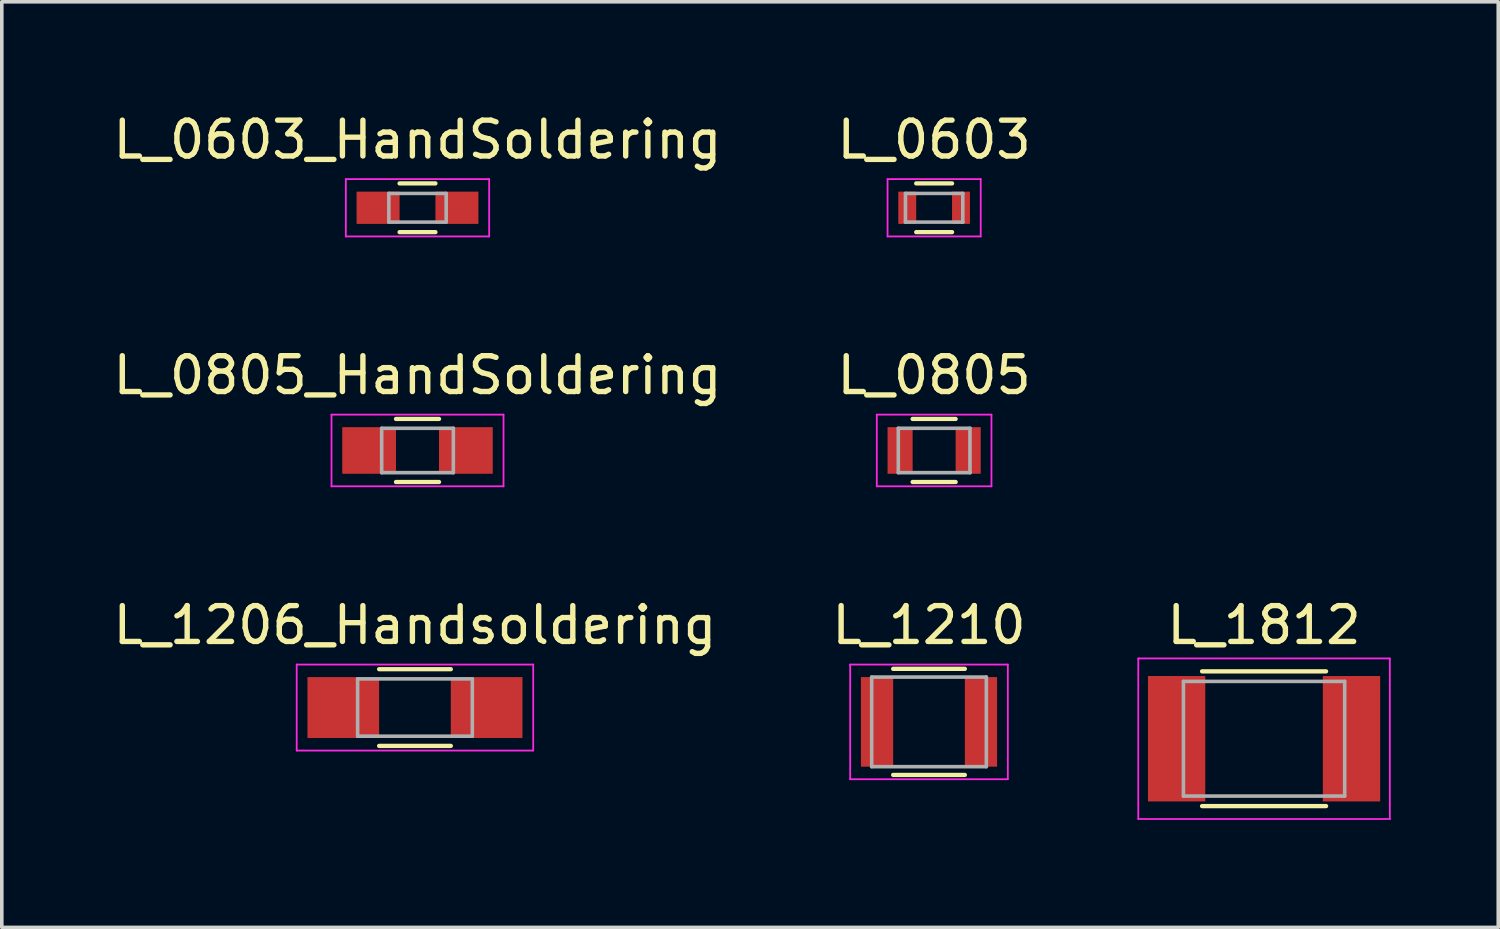
<source format=kicad_pcb>
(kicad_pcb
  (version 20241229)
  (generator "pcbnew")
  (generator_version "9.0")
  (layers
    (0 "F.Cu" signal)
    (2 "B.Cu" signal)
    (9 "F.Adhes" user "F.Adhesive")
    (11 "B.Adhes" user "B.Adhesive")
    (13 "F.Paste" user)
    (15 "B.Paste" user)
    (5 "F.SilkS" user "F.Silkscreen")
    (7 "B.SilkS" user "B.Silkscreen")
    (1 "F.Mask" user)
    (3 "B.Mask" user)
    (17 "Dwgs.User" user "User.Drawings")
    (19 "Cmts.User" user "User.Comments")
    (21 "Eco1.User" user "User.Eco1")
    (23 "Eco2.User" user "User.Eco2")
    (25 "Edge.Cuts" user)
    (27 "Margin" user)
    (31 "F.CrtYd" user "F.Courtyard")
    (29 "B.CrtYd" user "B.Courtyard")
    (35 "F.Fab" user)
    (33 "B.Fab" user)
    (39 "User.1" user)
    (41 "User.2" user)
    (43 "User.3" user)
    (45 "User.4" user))
  (footprint "L_0603_HandSoldering"
    (layer "F.Cu")
    (at 8.601 2.748)
    (property "Reference" "L_0603_HandSoldering" (at 0 -1.9 0) (layer "F.SilkS") (effects (font (size 1 1) (thickness 0.15))))
    (attr smd)
    (fp_line (start -0.5 -0.68) (end 0.5 -0.68) (stroke (width 0.12) (type solid)) (layer "F.SilkS"))
    (fp_line (start 0.5 0.68) (end -0.5 0.68) (stroke (width 0.12) (type solid)) (layer "F.SilkS"))
    (fp_line (start -2 -0.8) (end -2 0.8) (stroke (width 0.05) (type solid)) (layer "F.CrtYd"))
    (fp_line (start -2 -0.8) (end 2 -0.8) (stroke (width 0.05) (type solid)) (layer "F.CrtYd"))
    (fp_line (start -2 0.8) (end 2 0.8) (stroke (width 0.05) (type solid)) (layer "F.CrtYd"))
    (fp_line (start 2 -0.8) (end 2 0.8) (stroke (width 0.05) (type solid)) (layer "F.CrtYd"))
    (fp_line (start -0.8 -0.4) (end 0.8 -0.4) (stroke (width 0.1) (type solid)) (layer "F.Fab"))
    (fp_line (start -0.8 0.4) (end -0.8 -0.4) (stroke (width 0.1) (type solid)) (layer "F.Fab"))
    (fp_line (start 0.8 -0.4) (end 0.8 0.4) (stroke (width 0.1) (type solid)) (layer "F.Fab"))
    (fp_line (start 0.8 0.4) (end -0.8 0.4) (stroke (width 0.1) (type solid)) (layer "F.Fab"))
    (pad "1" smd rect (at -1.1 0) (size 1.2 0.9) (layers "F.Cu" "F.Mask" "F.Paste"))
    (pad "2" smd rect (at 1.1 0) (size 1.2 0.9) (layers "F.Cu" "F.Mask" "F.Paste")))
  (footprint "L_0805_HandSoldering"
    (layer "F.Cu")
    (at 8.601 9.521)
    (property "Reference" "L_0805_HandSoldering" (at 0 -2.1 0) (layer "F.SilkS") (effects (font (size 1 1) (thickness 0.15))))
    (attr smd)
    (fp_line (start -0.6 -0.88) (end 0.6 -0.88) (stroke (width 0.12) (type solid)) (layer "F.SilkS"))
    (fp_line (start 0.6 0.88) (end -0.6 0.88) (stroke (width 0.12) (type solid)) (layer "F.SilkS"))
    (fp_line (start -2.4 -1) (end -2.4 1) (stroke (width 0.05) (type solid)) (layer "F.CrtYd"))
    (fp_line (start -2.4 -1) (end 2.4 -1) (stroke (width 0.05) (type solid)) (layer "F.CrtYd"))
    (fp_line (start -2.4 1) (end 2.4 1) (stroke (width 0.05) (type solid)) (layer "F.CrtYd"))
    (fp_line (start 2.4 -1) (end 2.4 1) (stroke (width 0.05) (type solid)) (layer "F.CrtYd"))
    (fp_line (start -1 -0.62) (end 1 -0.62) (stroke (width 0.1) (type solid)) (layer "F.Fab"))
    (fp_line (start -1 0.62) (end -1 -0.62) (stroke (width 0.1) (type solid)) (layer "F.Fab"))
    (fp_line (start 1 -0.62) (end 1 0.62) (stroke (width 0.1) (type solid)) (layer "F.Fab"))
    (fp_line (start 1 0.62) (end -1 0.62) (stroke (width 0.1) (type solid)) (layer "F.Fab"))
    (pad "1" smd rect (at -1.35 0) (size 1.5 1.3) (layers "F.Cu" "F.Mask" "F.Paste"))
    (pad "2" smd rect (at 1.35 0) (size 1.5 1.3) (layers "F.Cu" "F.Mask" "F.Paste")))
  (footprint "L_0603"
    (layer "F.Cu")
    (at 23.018 2.748)
    (property "Reference" "L_0603" (at 0 -1.9 0) (layer "F.SilkS") (effects (font (size 1 1) (thickness 0.15))))
    (attr smd)
    (fp_line (start -0.5 -0.68) (end 0.5 -0.68) (stroke (width 0.12) (type solid)) (layer "F.SilkS"))
    (fp_line (start 0.5 0.68) (end -0.5 0.68) (stroke (width 0.12) (type solid)) (layer "F.SilkS"))
    (fp_line (start -1.3 -0.8) (end -1.3 0.8) (stroke (width 0.05) (type solid)) (layer "F.CrtYd"))
    (fp_line (start -1.3 -0.8) (end 1.3 -0.8) (stroke (width 0.05) (type solid)) (layer "F.CrtYd"))
    (fp_line (start -1.3 0.8) (end 1.3 0.8) (stroke (width 0.05) (type solid)) (layer "F.CrtYd"))
    (fp_line (start 1.3 -0.8) (end 1.3 0.8) (stroke (width 0.05) (type solid)) (layer "F.CrtYd"))
    (fp_line (start -0.8 -0.4) (end 0.8 -0.4) (stroke (width 0.1) (type solid)) (layer "F.Fab"))
    (fp_line (start -0.8 0.4) (end -0.8 -0.4) (stroke (width 0.1) (type solid)) (layer "F.Fab"))
    (fp_line (start 0.8 -0.4) (end 0.8 0.4) (stroke (width 0.1) (type solid)) (layer "F.Fab"))
    (fp_line (start 0.8 0.4) (end -0.8 0.4) (stroke (width 0.1) (type solid)) (layer "F.Fab"))
    (pad "1" smd rect (at -0.75 0) (size 0.5 0.9) (layers "F.Cu" "F.Mask" "F.Paste"))
    (pad "2" smd rect (at 0.75 0) (size 0.5 0.9) (layers "F.Cu" "F.Mask" "F.Paste")))
  (footprint "L_1812"
    (layer "F.Cu")
    (at 32.225 17.565)
    (property "Reference" "L_1812" (at 0 -3.17 0) (layer "F.SilkS") (effects (font (size 1 1) (thickness 0.15))))
    (attr smd)
    (fp_line (start -1.73 -1.88) (end 1.73 -1.88) (stroke (width 0.12) (type solid)) (layer "F.SilkS"))
    (fp_line (start -1.73 1.88) (end 1.73 1.88) (stroke (width 0.12) (type solid)) (layer "F.SilkS"))
    (fp_line (start -3.51 -2.24) (end 3.51 -2.24) (stroke (width 0.05) (type solid)) (layer "F.CrtYd"))
    (fp_line (start -3.51 2.24) (end -3.51 -2.24) (stroke (width 0.05) (type solid)) (layer "F.CrtYd"))
    (fp_line (start 3.51 -2.24) (end 3.51 2.24) (stroke (width 0.05) (type solid)) (layer "F.CrtYd"))
    (fp_line (start 3.51 2.24) (end -3.51 2.24) (stroke (width 0.05) (type solid)) (layer "F.CrtYd"))
    (fp_line (start -2.25 -1.6) (end 2.25 -1.6) (stroke (width 0.1) (type solid)) (layer "F.Fab"))
    (fp_line (start -2.25 1.6) (end -2.25 -1.6) (stroke (width 0.1) (type solid)) (layer "F.Fab"))
    (fp_line (start 2.25 -1.6) (end 2.25 1.6) (stroke (width 0.1) (type solid)) (layer "F.Fab"))
    (fp_line (start 2.25 1.6) (end -2.25 1.6) (stroke (width 0.1) (type solid)) (layer "F.Fab"))
    (pad "1" smd rect (at -2.44 0) (size 1.6 3.5) (layers "F.Cu" "F.Mask" "F.Paste"))
    (pad "2" smd rect (at 2.44 0) (size 1.6 3.5) (layers "F.Cu" "F.Mask" "F.Paste")))
  (footprint "L_0805"
    (layer "F.Cu")
    (at 23.018 9.521)
    (property "Reference" "L_0805" (at 0 -2.1 0) (layer "F.SilkS") (effects (font (size 1 1) (thickness 0.15))))
    (attr smd)
    (fp_line (start -0.6 -0.88) (end 0.6 -0.88) (stroke (width 0.12) (type solid)) (layer "F.SilkS"))
    (fp_line (start 0.6 0.88) (end -0.6 0.88) (stroke (width 0.12) (type solid)) (layer "F.SilkS"))
    (fp_line (start -1.6 -1) (end -1.6 1) (stroke (width 0.05) (type solid)) (layer "F.CrtYd"))
    (fp_line (start -1.6 -1) (end 1.6 -1) (stroke (width 0.05) (type solid)) (layer "F.CrtYd"))
    (fp_line (start -1.6 1) (end 1.6 1) (stroke (width 0.05) (type solid)) (layer "F.CrtYd"))
    (fp_line (start 1.6 -1) (end 1.6 1) (stroke (width 0.05) (type solid)) (layer "F.CrtYd"))
    (fp_line (start -1 -0.62) (end 1 -0.62) (stroke (width 0.1) (type solid)) (layer "F.Fab"))
    (fp_line (start -1 0.62) (end -1 -0.62) (stroke (width 0.1) (type solid)) (layer "F.Fab"))
    (fp_line (start 1 -0.62) (end 1 0.62) (stroke (width 0.1) (type solid)) (layer "F.Fab"))
    (fp_line (start 1 0.62) (end -1 0.62) (stroke (width 0.1) (type solid)) (layer "F.Fab"))
    (pad "1" smd rect (at -0.95 0) (size 0.7 1.3) (layers "F.Cu" "F.Mask" "F.Paste"))
    (pad "2" smd rect (at 0.95 0) (size 0.7 1.3) (layers "F.Cu" "F.Mask" "F.Paste")))
  (footprint "L_1206_Handsoldering"
    (layer "F.Cu")
    (at 8.53 16.695)
    (property "Reference" "L_1206_Handsoldering" (at 0 -2.3 0) (layer "F.SilkS") (effects (font (size 1 1) (thickness 0.15))))
    (attr smd)
    (fp_line (start -1 -1.07) (end 1 -1.07) (stroke (width 0.12) (type solid)) (layer "F.SilkS"))
    (fp_line (start 1 1.07) (end -1 1.07) (stroke (width 0.12) (type solid)) (layer "F.SilkS"))
    (fp_line (start -3.3 -1.2) (end -3.3 1.2) (stroke (width 0.05) (type solid)) (layer "F.CrtYd"))
    (fp_line (start -3.3 -1.2) (end 3.3 -1.2) (stroke (width 0.05) (type solid)) (layer "F.CrtYd"))
    (fp_line (start -3.3 1.2) (end 3.3 1.2) (stroke (width 0.05) (type solid)) (layer "F.CrtYd"))
    (fp_line (start 3.3 -1.2) (end 3.3 1.2) (stroke (width 0.05) (type solid)) (layer "F.CrtYd"))
    (fp_line (start -1.6 -0.8) (end 1.6 -0.8) (stroke (width 0.1) (type solid)) (layer "F.Fab"))
    (fp_line (start -1.6 0.8) (end -1.6 -0.8) (stroke (width 0.1) (type solid)) (layer "F.Fab"))
    (fp_line (start 1.6 -0.8) (end 1.6 0.8) (stroke (width 0.1) (type solid)) (layer "F.Fab"))
    (fp_line (start 1.6 0.8) (end -1.6 0.8) (stroke (width 0.1) (type solid)) (layer "F.Fab"))
    (pad "1" smd rect (at -2 0) (size 2 1.7) (layers "F.Cu" "F.Mask" "F.Paste"))
    (pad "2" smd rect (at 2 0) (size 2 1.7) (layers "F.Cu" "F.Mask" "F.Paste")))
  (footprint "L_1210"
    (layer "F.Cu")
    (at 22.875 17.095)
    (property "Reference" "L_1210" (at 0 -2.7 0) (layer "F.SilkS") (effects (font (size 1 1) (thickness 0.15))))
    (attr smd)
    (fp_line (start -1 -1.48) (end 1 -1.48) (stroke (width 0.12) (type solid)) (layer "F.SilkS"))
    (fp_line (start 1 1.48) (end -1 1.48) (stroke (width 0.12) (type solid)) (layer "F.SilkS"))
    (fp_line (start -2.2 -1.6) (end -2.2 1.6) (stroke (width 0.05) (type solid)) (layer "F.CrtYd"))
    (fp_line (start -2.2 -1.6) (end 2.2 -1.6) (stroke (width 0.05) (type solid)) (layer "F.CrtYd"))
    (fp_line (start -2.2 1.6) (end 2.2 1.6) (stroke (width 0.05) (type solid)) (layer "F.CrtYd"))
    (fp_line (start 2.2 -1.6) (end 2.2 1.6) (stroke (width 0.05) (type solid)) (layer "F.CrtYd"))
    (fp_line (start -1.6 -1.25) (end 1.6 -1.25) (stroke (width 0.1) (type solid)) (layer "F.Fab"))
    (fp_line (start -1.6 1.25) (end -1.6 -1.25) (stroke (width 0.1) (type solid)) (layer "F.Fab"))
    (fp_line (start 1.6 -1.25) (end 1.6 1.25) (stroke (width 0.1) (type solid)) (layer "F.Fab"))
    (fp_line (start 1.6 1.25) (end -1.6 1.25) (stroke (width 0.1) (type solid)) (layer "F.Fab"))
    (pad "1" smd rect (at -1.45 0) (size 0.9 2.5) (layers "F.Cu" "F.Mask" "F.Paste"))
    (pad "2" smd rect (at 1.45 0) (size 0.9 2.5) (layers "F.Cu" "F.Mask" "F.Paste")))
  (gr_rect
    (start -3 -3)
    (end 38.76 22.83)
    (stroke (width 0.1) (type default))
    (fill no)
    (layer "Edge.Cuts")))
</source>
